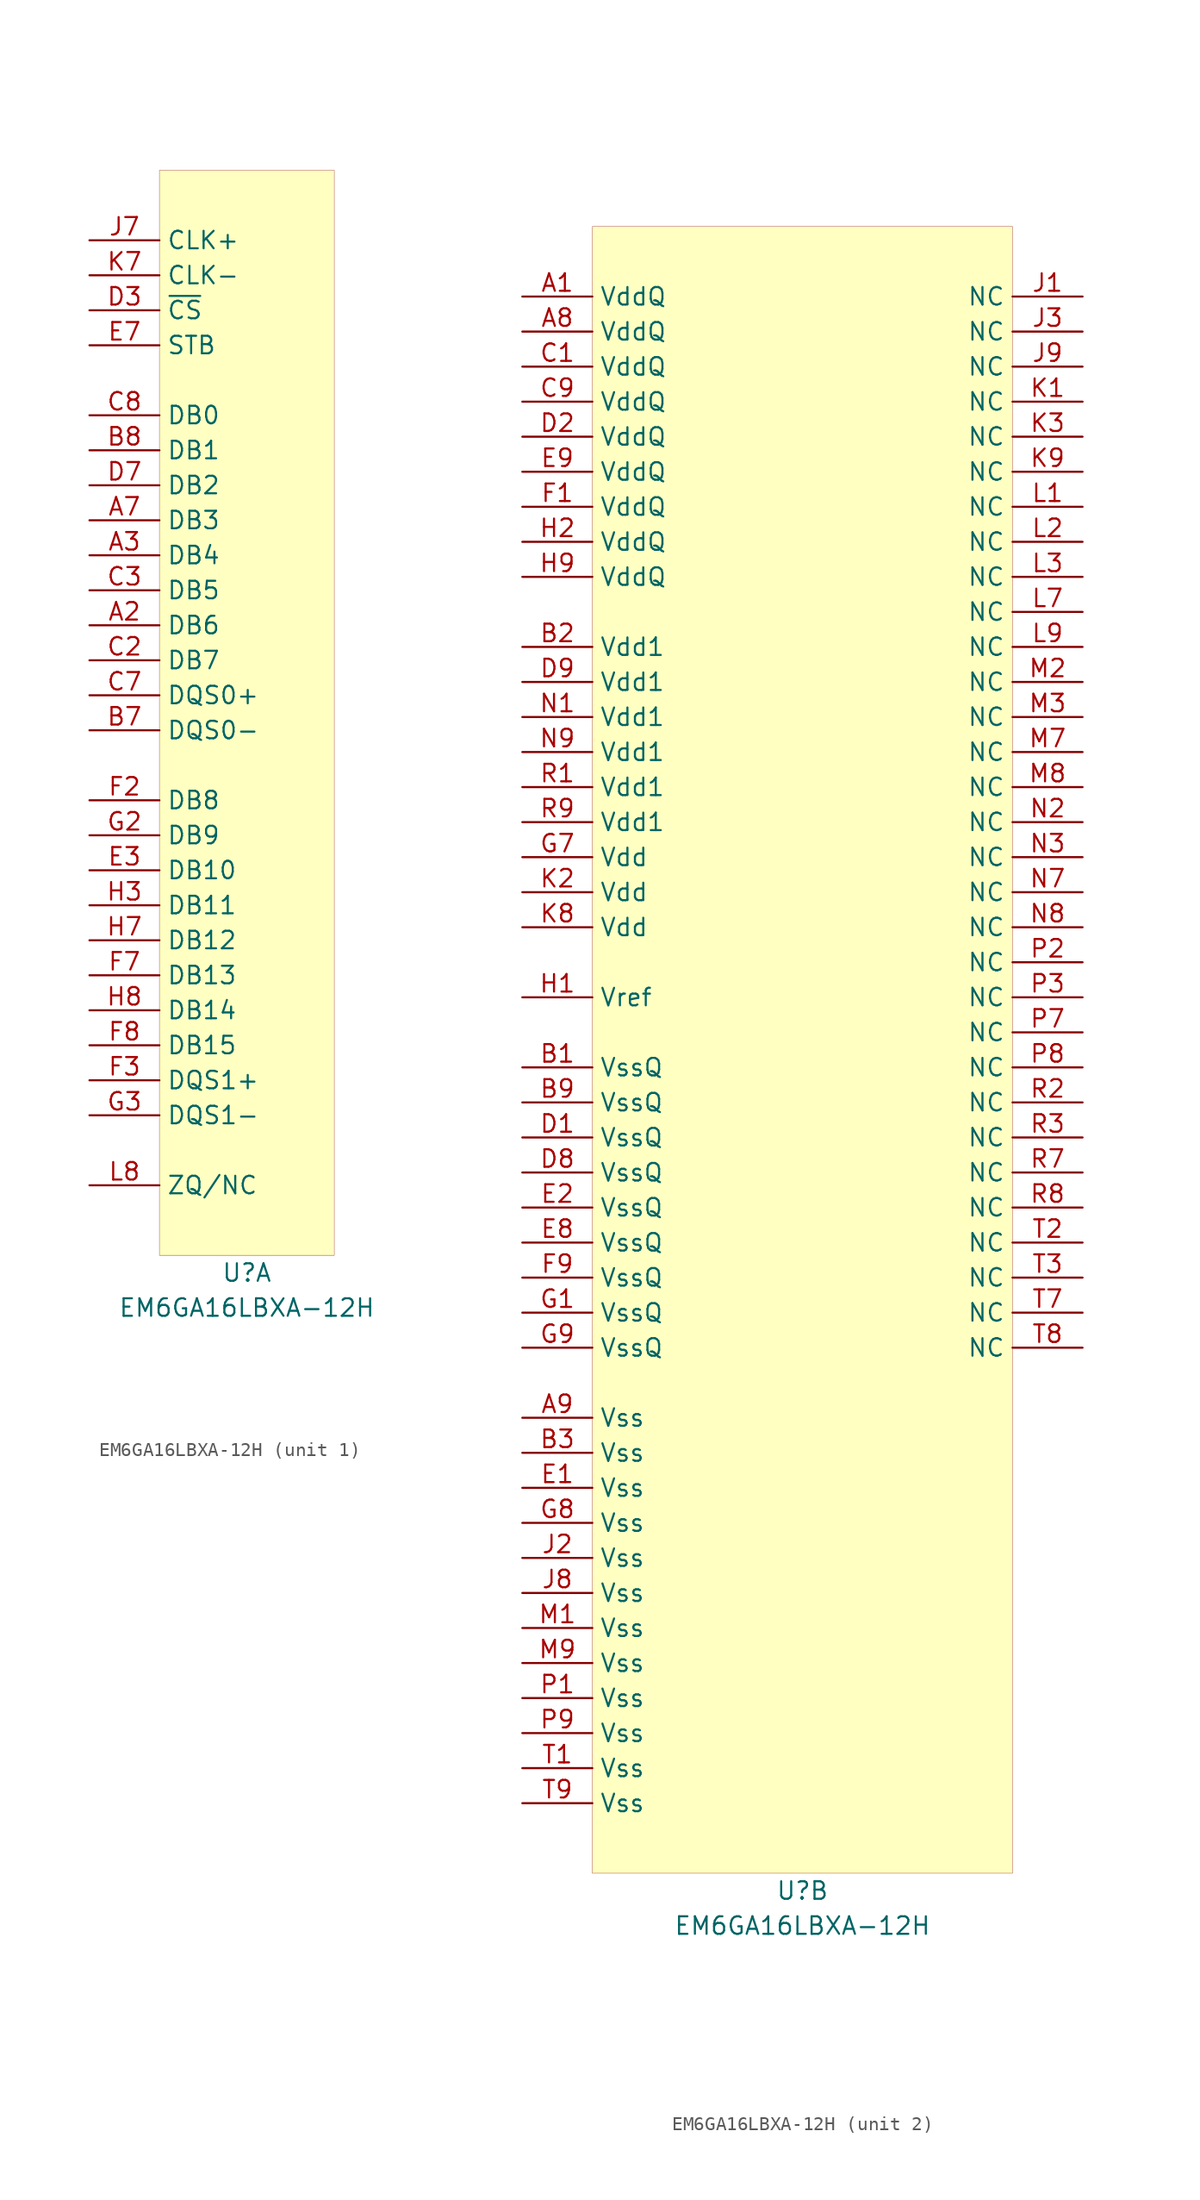
<source format=kicad_sym>
(kicad_symbol_lib
  (version 20201005)
  (generator kicad_symbol_editor)
  (symbol "meowality:EM6GA16LBXA-12H"
    (property "Reference" "U"
      (at 0 -1.27 0)
      (effects (font (size 1.27 1.27))))
    (property "Value" "EM6GA16LBXA-12H"
      (at 0 -3.81 0)
      (effects (font (size 1.27 1.27))))
    (symbol "EM6GA16LBXA-12H_1_1"
      (rectangle (start -6.35 78.74) (end 6.35 0) (stroke (width 0.001)) (fill (type background)))
      (pin input line (at -11.43 73.66 0) (length 5.08) (name "CLK+" (effects (font (size 1.27 1.27)))) (number "J7" (effects (font (size 1.27 1.27)))))
      (pin input line (at -11.43 71.12 0) (length 5.08) (name "CLK-" (effects (font (size 1.27 1.27)))) (number "K7" (effects (font (size 1.27 1.27)))))
      (pin input line (at -11.43 68.58 0) (length 5.08) (name "~CS" (effects (font (size 1.27 1.27)))) (number "D3" (effects (font (size 1.27 1.27)))))
      (pin input line (at -11.43 66.04 0) (length 5.08) (name "STB" (effects (font (size 1.27 1.27)))) (number "E7" (effects (font (size 1.27 1.27)))))
      (pin bidirectional line (at -11.43 60.96 0) (length 5.08) (name "DB0" (effects (font (size 1.27 1.27)))) (number "C8" (effects (font (size 1.27 1.27)))))
      (pin bidirectional line (at -11.43 58.42 0) (length 5.08) (name "DB1" (effects (font (size 1.27 1.27)))) (number "B8" (effects (font (size 1.27 1.27)))))
      (pin bidirectional line (at -11.43 55.88 0) (length 5.08) (name "DB2" (effects (font (size 1.27 1.27)))) (number "D7" (effects (font (size 1.27 1.27)))))
      (pin bidirectional line (at -11.43 53.34 0) (length 5.08) (name "DB3" (effects (font (size 1.27 1.27)))) (number "A7" (effects (font (size 1.27 1.27)))))
      (pin bidirectional line (at -11.43 50.8 0) (length 5.08) (name "DB4" (effects (font (size 1.27 1.27)))) (number "A3" (effects (font (size 1.27 1.27)))))
      (pin bidirectional line (at -11.43 48.26 0) (length 5.08) (name "DB5" (effects (font (size 1.27 1.27)))) (number "C3" (effects (font (size 1.27 1.27)))))
      (pin bidirectional line (at -11.43 45.72 0) (length 5.08) (name "DB6" (effects (font (size 1.27 1.27)))) (number "A2" (effects (font (size 1.27 1.27)))))
      (pin bidirectional line (at -11.43 43.18 0) (length 5.08) (name "DB7" (effects (font (size 1.27 1.27)))) (number "C2" (effects (font (size 1.27 1.27)))))
      (pin bidirectional line (at -11.43 40.64 0) (length 5.08) (name "DQS0+" (effects (font (size 1.27 1.27)))) (number "C7" (effects (font (size 1.27 1.27)))))
      (pin bidirectional line (at -11.43 38.1 0) (length 5.08) (name "DQS0-" (effects (font (size 1.27 1.27)))) (number "B7" (effects (font (size 1.27 1.27)))))
      (pin bidirectional line (at -11.43 33.02 0) (length 5.08) (name "DB8" (effects (font (size 1.27 1.27)))) (number "F2" (effects (font (size 1.27 1.27)))))
      (pin bidirectional line (at -11.43 30.48 0) (length 5.08) (name "DB9" (effects (font (size 1.27 1.27)))) (number "G2" (effects (font (size 1.27 1.27)))))
      (pin bidirectional line (at -11.43 27.94 0) (length 5.08) (name "DB10" (effects (font (size 1.27 1.27)))) (number "E3" (effects (font (size 1.27 1.27)))))
      (pin bidirectional line (at -11.43 25.4 0) (length 5.08) (name "DB11" (effects (font (size 1.27 1.27)))) (number "H3" (effects (font (size 1.27 1.27)))))
      (pin bidirectional line (at -11.43 22.86 0) (length 5.08) (name "DB12" (effects (font (size 1.27 1.27)))) (number "H7" (effects (font (size 1.27 1.27)))))
      (pin bidirectional line (at -11.43 20.32 0) (length 5.08) (name "DB13" (effects (font (size 1.27 1.27)))) (number "F7" (effects (font (size 1.27 1.27)))))
      (pin bidirectional line (at -11.43 17.78 0) (length 5.08) (name "DB14" (effects (font (size 1.27 1.27)))) (number "H8" (effects (font (size 1.27 1.27)))))
      (pin bidirectional line (at -11.43 15.24 0) (length 5.08) (name "DB15" (effects (font (size 1.27 1.27)))) (number "F8" (effects (font (size 1.27 1.27)))))
      (pin bidirectional line (at -11.43 12.7 0) (length 5.08) (name "DQS1+" (effects (font (size 1.27 1.27)))) (number "F3" (effects (font (size 1.27 1.27)))))
      (pin bidirectional line (at -11.43 10.16 0) (length 5.08) (name "DQS1-" (effects (font (size 1.27 1.27)))) (number "G3" (effects (font (size 1.27 1.27)))))
      (pin passive line (at -11.43 5.08 0) (length 5.08) (name "ZQ/NC" (effects (font (size 1.27 1.27)))) (number "L8" (effects (font (size 1.27 1.27))))))
    (symbol "EM6GA16LBXA-12H_2_1"
      (rectangle (start -15.24 0) (end 15.24 119.38) (stroke (width 0.001)) (fill (type background)))
      (pin power_in line (at -20.32 114.3 0) (length 5.08) (name "VddQ" (effects (font (size 1.27 1.27)))) (number "A1" (effects (font (size 1.27 1.27)))))
      (pin power_in line (at -20.32 111.76 0) (length 5.08) (name "VddQ" (effects (font (size 1.27 1.27)))) (number "A8" (effects (font (size 1.27 1.27)))))
      (pin power_in line (at -20.32 109.22 0) (length 5.08) (name "VddQ" (effects (font (size 1.27 1.27)))) (number "C1" (effects (font (size 1.27 1.27)))))
      (pin power_in line (at -20.32 106.68 0) (length 5.08) (name "VddQ" (effects (font (size 1.27 1.27)))) (number "C9" (effects (font (size 1.27 1.27)))))
      (pin power_in line (at -20.32 104.14 0) (length 5.08) (name "VddQ" (effects (font (size 1.27 1.27)))) (number "D2" (effects (font (size 1.27 1.27)))))
      (pin power_in line (at -20.32 101.6 0) (length 5.08) (name "VddQ" (effects (font (size 1.27 1.27)))) (number "E9" (effects (font (size 1.27 1.27)))))
      (pin power_in line (at -20.32 99.06 0) (length 5.08) (name "VddQ" (effects (font (size 1.27 1.27)))) (number "F1" (effects (font (size 1.27 1.27)))))
      (pin power_in line (at -20.32 96.52 0) (length 5.08) (name "VddQ" (effects (font (size 1.27 1.27)))) (number "H2" (effects (font (size 1.27 1.27)))))
      (pin power_in line (at -20.32 93.98 0) (length 5.08) (name "VddQ" (effects (font (size 1.27 1.27)))) (number "H9" (effects (font (size 1.27 1.27)))))
      (pin power_in line (at -20.32 63.5 0) (length 5.08) (name "Vref" (effects (font (size 1.27 1.27)))) (number "H1" (effects (font (size 1.27 1.27)))))
      (pin power_in line (at -20.32 88.9 0) (length 5.08) (name "Vdd1" (effects (font (size 1.27 1.27)))) (number "B2" (effects (font (size 1.27 1.27)))))
      (pin power_in line (at -20.32 86.36 0) (length 5.08) (name "Vdd1" (effects (font (size 1.27 1.27)))) (number "D9" (effects (font (size 1.27 1.27)))))
      (pin power_in line (at -20.32 83.82 0) (length 5.08) (name "Vdd1" (effects (font (size 1.27 1.27)))) (number "N1" (effects (font (size 1.27 1.27)))))
      (pin power_in line (at -20.32 81.28 0) (length 5.08) (name "Vdd1" (effects (font (size 1.27 1.27)))) (number "N9" (effects (font (size 1.27 1.27)))))
      (pin power_in line (at -20.32 78.74 0) (length 5.08) (name "Vdd1" (effects (font (size 1.27 1.27)))) (number "R1" (effects (font (size 1.27 1.27)))))
      (pin power_in line (at -20.32 76.2 0) (length 5.08) (name "Vdd1" (effects (font (size 1.27 1.27)))) (number "R9" (effects (font (size 1.27 1.27)))))
      (pin power_in line (at -20.32 73.66 0) (length 5.08) (name "Vdd" (effects (font (size 1.27 1.27)))) (number "G7" (effects (font (size 1.27 1.27)))))
      (pin power_in line (at -20.32 71.12 0) (length 5.08) (name "Vdd" (effects (font (size 1.27 1.27)))) (number "K2" (effects (font (size 1.27 1.27)))))
      (pin power_in line (at -20.32 68.58 0) (length 5.08) (name "Vdd" (effects (font (size 1.27 1.27)))) (number "K8" (effects (font (size 1.27 1.27)))))
      (pin power_in line (at -20.32 58.42 0) (length 5.08) (name "VssQ" (effects (font (size 1.27 1.27)))) (number "B1" (effects (font (size 1.27 1.27)))))
      (pin power_in line (at -20.32 55.88 0) (length 5.08) (name "VssQ" (effects (font (size 1.27 1.27)))) (number "B9" (effects (font (size 1.27 1.27)))))
      (pin power_in line (at -20.32 53.34 0) (length 5.08) (name "VssQ" (effects (font (size 1.27 1.27)))) (number "D1" (effects (font (size 1.27 1.27)))))
      (pin power_in line (at -20.32 50.8 0) (length 5.08) (name "VssQ" (effects (font (size 1.27 1.27)))) (number "D8" (effects (font (size 1.27 1.27)))))
      (pin power_in line (at -20.32 48.26 0) (length 5.08) (name "VssQ" (effects (font (size 1.27 1.27)))) (number "E2" (effects (font (size 1.27 1.27)))))
      (pin power_in line (at -20.32 45.72 0) (length 5.08) (name "VssQ" (effects (font (size 1.27 1.27)))) (number "E8" (effects (font (size 1.27 1.27)))))
      (pin power_in line (at -20.32 43.18 0) (length 5.08) (name "VssQ" (effects (font (size 1.27 1.27)))) (number "F9" (effects (font (size 1.27 1.27)))))
      (pin power_in line (at -20.32 40.64 0) (length 5.08) (name "VssQ" (effects (font (size 1.27 1.27)))) (number "G1" (effects (font (size 1.27 1.27)))))
      (pin power_in line (at -20.32 38.1 0) (length 5.08) (name "VssQ" (effects (font (size 1.27 1.27)))) (number "G9" (effects (font (size 1.27 1.27)))))
      (pin power_in line (at -20.32 33.02 0) (length 5.08) (name "Vss" (effects (font (size 1.27 1.27)))) (number "A9" (effects (font (size 1.27 1.27)))))
      (pin power_in line (at -20.32 30.48 0) (length 5.08) (name "Vss" (effects (font (size 1.27 1.27)))) (number "B3" (effects (font (size 1.27 1.27)))))
      (pin power_in line (at -20.32 27.94 0) (length 5.08) (name "Vss" (effects (font (size 1.27 1.27)))) (number "E1" (effects (font (size 1.27 1.27)))))
      (pin power_in line (at -20.32 25.4 0) (length 5.08) (name "Vss" (effects (font (size 1.27 1.27)))) (number "G8" (effects (font (size 1.27 1.27)))))
      (pin power_in line (at -20.32 22.86 0) (length 5.08) (name "Vss" (effects (font (size 1.27 1.27)))) (number "J2" (effects (font (size 1.27 1.27)))))
      (pin power_in line (at -20.32 20.32 0) (length 5.08) (name "Vss" (effects (font (size 1.27 1.27)))) (number "J8" (effects (font (size 1.27 1.27)))))
      (pin power_in line (at -20.32 17.78 0) (length 5.08) (name "Vss" (effects (font (size 1.27 1.27)))) (number "M1" (effects (font (size 1.27 1.27)))))
      (pin power_in line (at -20.32 15.24 0) (length 5.08) (name "Vss" (effects (font (size 1.27 1.27)))) (number "M9" (effects (font (size 1.27 1.27)))))
      (pin power_in line (at -20.32 12.7 0) (length 5.08) (name "Vss" (effects (font (size 1.27 1.27)))) (number "P1" (effects (font (size 1.27 1.27)))))
      (pin power_in line (at -20.32 10.16 0) (length 5.08) (name "Vss" (effects (font (size 1.27 1.27)))) (number "P9" (effects (font (size 1.27 1.27)))))
      (pin power_in line (at -20.32 7.62 0) (length 5.08) (name "Vss" (effects (font (size 1.27 1.27)))) (number "T1" (effects (font (size 1.27 1.27)))))
      (pin power_in line (at -20.32 5.08 0) (length 5.08) (name "Vss" (effects (font (size 1.27 1.27)))) (number "T9" (effects (font (size 1.27 1.27)))))
      (pin passive line (at 20.32 114.3 180) (length 5.08) (name "NC" (effects (font (size 1.27 1.27)))) (number "J1" (effects (font (size 1.27 1.27)))))
      (pin passive line (at 20.32 111.76 180) (length 5.08) (name "NC" (effects (font (size 1.27 1.27)))) (number "J3" (effects (font (size 1.27 1.27)))))
      (pin passive line (at 20.32 109.22 180) (length 5.08) (name "NC" (effects (font (size 1.27 1.27)))) (number "J9" (effects (font (size 1.27 1.27)))))
      (pin passive line (at 20.32 106.68 180) (length 5.08) (name "NC" (effects (font (size 1.27 1.27)))) (number "K1" (effects (font (size 1.27 1.27)))))
      (pin passive line (at 20.32 104.14 180) (length 5.08) (name "NC" (effects (font (size 1.27 1.27)))) (number "K3" (effects (font (size 1.27 1.27)))))
      (pin passive line (at 20.32 101.6 180) (length 5.08) (name "NC" (effects (font (size 1.27 1.27)))) (number "K9" (effects (font (size 1.27 1.27)))))
      (pin passive line (at 20.32 99.06 180) (length 5.08) (name "NC" (effects (font (size 1.27 1.27)))) (number "L1" (effects (font (size 1.27 1.27)))))
      (pin passive line (at 20.32 96.52 180) (length 5.08) (name "NC" (effects (font (size 1.27 1.27)))) (number "L2" (effects (font (size 1.27 1.27)))))
      (pin passive line (at 20.32 93.98 180) (length 5.08) (name "NC" (effects (font (size 1.27 1.27)))) (number "L3" (effects (font (size 1.27 1.27)))))
      (pin passive line (at 20.32 91.44 180) (length 5.08) (name "NC" (effects (font (size 1.27 1.27)))) (number "L7" (effects (font (size 1.27 1.27)))))
      (pin passive line (at 20.32 88.9 180) (length 5.08) (name "NC" (effects (font (size 1.27 1.27)))) (number "L9" (effects (font (size 1.27 1.27)))))
      (pin passive line (at 20.32 86.36 180) (length 5.08) (name "NC" (effects (font (size 1.27 1.27)))) (number "M2" (effects (font (size 1.27 1.27)))))
      (pin passive line (at 20.32 83.82 180) (length 5.08) (name "NC" (effects (font (size 1.27 1.27)))) (number "M3" (effects (font (size 1.27 1.27)))))
      (pin passive line (at 20.32 81.28 180) (length 5.08) (name "NC" (effects (font (size 1.27 1.27)))) (number "M7" (effects (font (size 1.27 1.27)))))
      (pin passive line (at 20.32 78.74 180) (length 5.08) (name "NC" (effects (font (size 1.27 1.27)))) (number "M8" (effects (font (size 1.27 1.27)))))
      (pin passive line (at 20.32 76.2 180) (length 5.08) (name "NC" (effects (font (size 1.27 1.27)))) (number "N2" (effects (font (size 1.27 1.27)))))
      (pin passive line (at 20.32 73.66 180) (length 5.08) (name "NC" (effects (font (size 1.27 1.27)))) (number "N3" (effects (font (size 1.27 1.27)))))
      (pin passive line (at 20.32 71.12 180) (length 5.08) (name "NC" (effects (font (size 1.27 1.27)))) (number "N7" (effects (font (size 1.27 1.27)))))
      (pin passive line (at 20.32 68.58 180) (length 5.08) (name "NC" (effects (font (size 1.27 1.27)))) (number "N8" (effects (font (size 1.27 1.27)))))
      (pin passive line (at 20.32 66.04 180) (length 5.08) (name "NC" (effects (font (size 1.27 1.27)))) (number "P2" (effects (font (size 1.27 1.27)))))
      (pin passive line (at 20.32 63.5 180) (length 5.08) (name "NC" (effects (font (size 1.27 1.27)))) (number "P3" (effects (font (size 1.27 1.27)))))
      (pin passive line (at 20.32 60.96 180) (length 5.08) (name "NC" (effects (font (size 1.27 1.27)))) (number "P7" (effects (font (size 1.27 1.27)))))
      (pin passive line (at 20.32 58.42 180) (length 5.08) (name "NC" (effects (font (size 1.27 1.27)))) (number "P8" (effects (font (size 1.27 1.27)))))
      (pin passive line (at 20.32 55.88 180) (length 5.08) (name "NC" (effects (font (size 1.27 1.27)))) (number "R2" (effects (font (size 1.27 1.27)))))
      (pin passive line (at 20.32 53.34 180) (length 5.08) (name "NC" (effects (font (size 1.27 1.27)))) (number "R3" (effects (font (size 1.27 1.27)))))
      (pin passive line (at 20.32 50.8 180) (length 5.08) (name "NC" (effects (font (size 1.27 1.27)))) (number "R7" (effects (font (size 1.27 1.27)))))
      (pin passive line (at 20.32 48.26 180) (length 5.08) (name "NC" (effects (font (size 1.27 1.27)))) (number "R8" (effects (font (size 1.27 1.27)))))
      (pin passive line (at 20.32 45.72 180) (length 5.08) (name "NC" (effects (font (size 1.27 1.27)))) (number "T2" (effects (font (size 1.27 1.27)))))
      (pin passive line (at 20.32 43.18 180) (length 5.08) (name "NC" (effects (font (size 1.27 1.27)))) (number "T3" (effects (font (size 1.27 1.27)))))
      (pin passive line (at 20.32 40.64 180) (length 5.08) (name "NC" (effects (font (size 1.27 1.27)))) (number "T7" (effects (font (size 1.27 1.27)))))
      (pin passive line (at 20.32 38.1 180) (length 5.08) (name "NC" (effects (font (size 1.27 1.27)))) (number "T8" (effects (font (size 1.27 1.27))))))))
</source>
